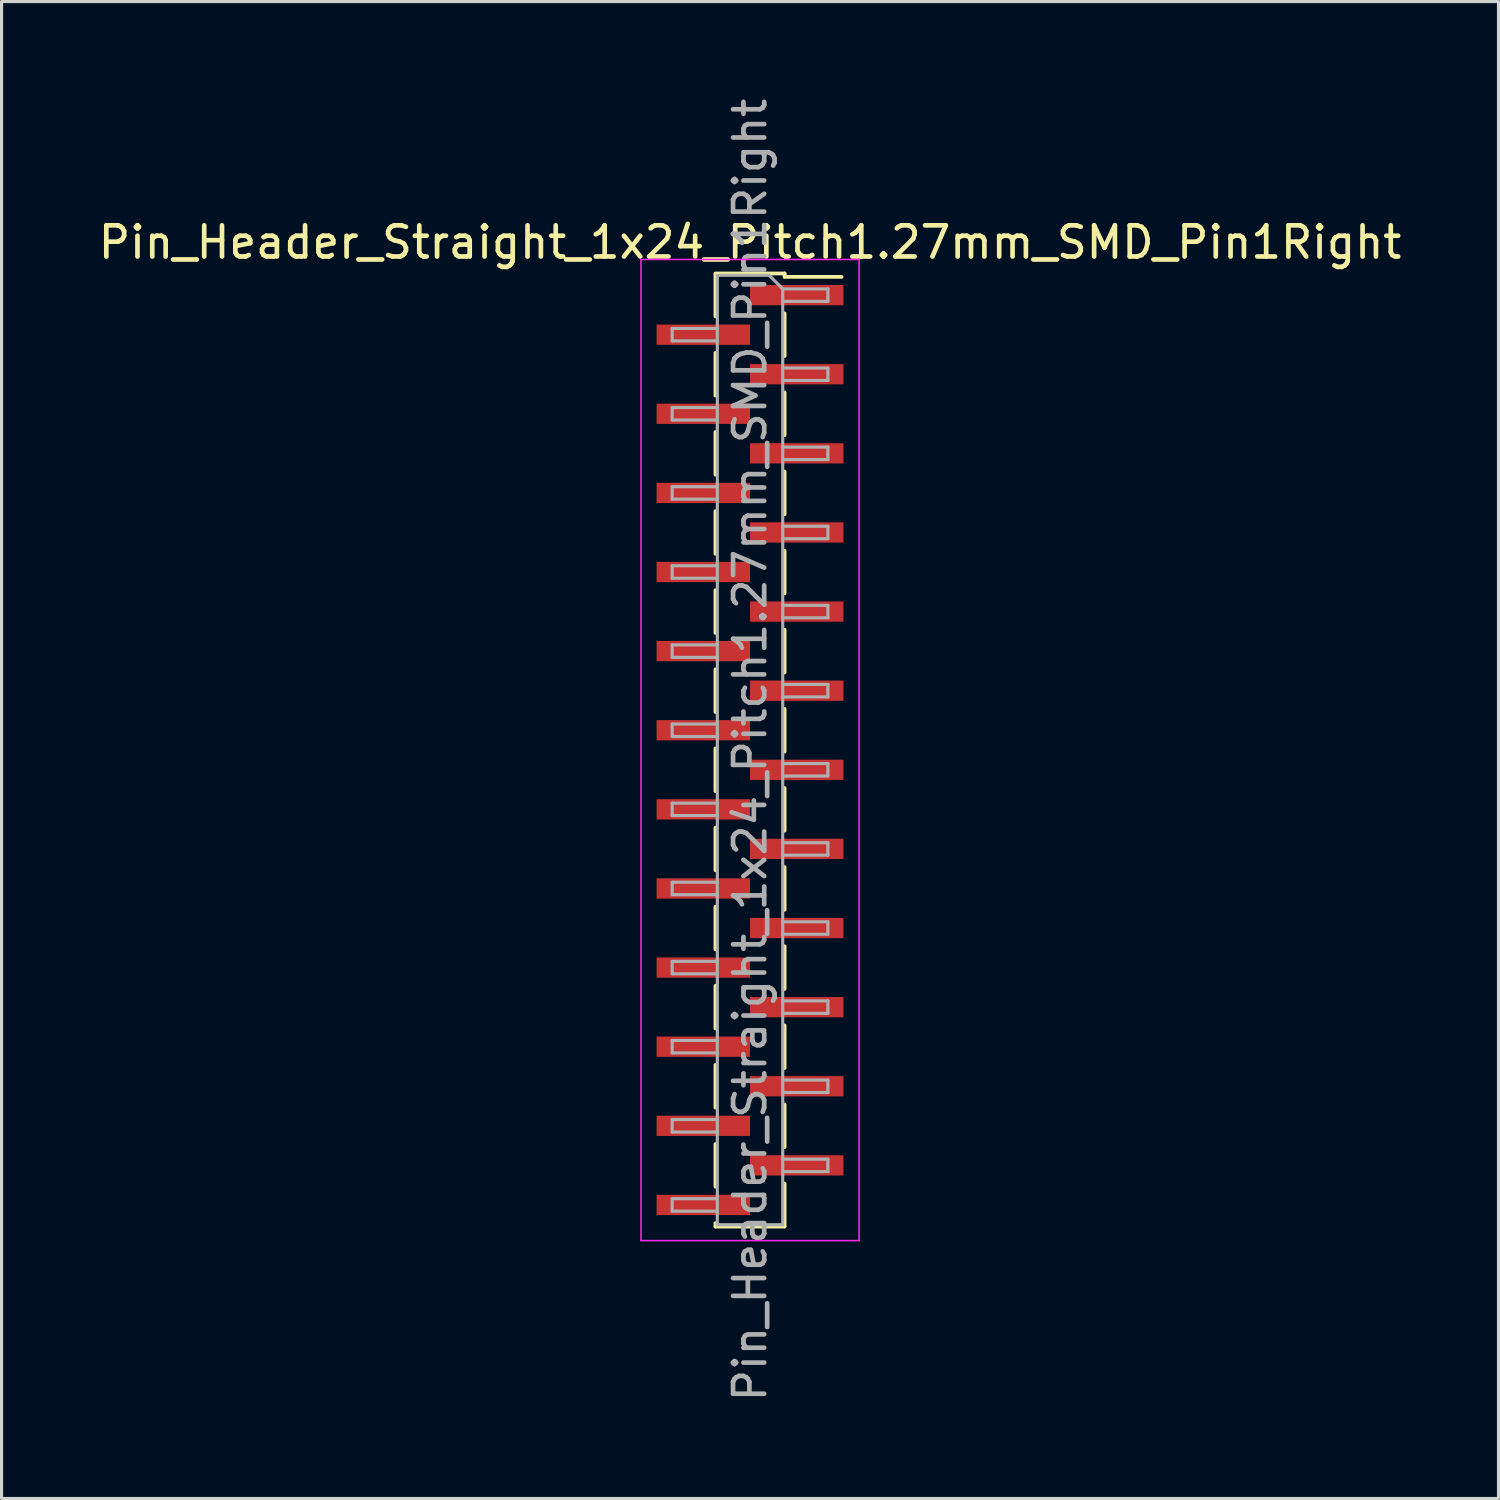
<source format=kicad_pcb>
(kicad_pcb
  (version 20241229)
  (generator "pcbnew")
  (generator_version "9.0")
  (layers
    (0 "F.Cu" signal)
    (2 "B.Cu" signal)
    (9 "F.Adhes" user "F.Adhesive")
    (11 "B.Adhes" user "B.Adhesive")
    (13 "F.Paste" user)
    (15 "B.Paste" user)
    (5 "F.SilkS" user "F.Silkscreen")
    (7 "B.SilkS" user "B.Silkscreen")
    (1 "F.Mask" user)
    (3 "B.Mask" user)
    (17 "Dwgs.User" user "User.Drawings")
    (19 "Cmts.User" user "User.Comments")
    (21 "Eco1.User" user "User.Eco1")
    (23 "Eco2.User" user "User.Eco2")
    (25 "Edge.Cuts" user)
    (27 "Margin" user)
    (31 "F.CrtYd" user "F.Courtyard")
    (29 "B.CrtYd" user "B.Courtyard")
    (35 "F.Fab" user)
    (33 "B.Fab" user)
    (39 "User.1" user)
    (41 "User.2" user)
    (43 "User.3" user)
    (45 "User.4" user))
  (footprint "Pin_Header_Straight_1x24_Pitch1.27mm_SMD_Pin1Right"
    (layer "F.Cu")
    (at 21.03 21.03)
    (property "Reference" "Pin_Header_Straight_1x24_Pitch1.27mm_SMD_Pin1Right" (at 0 -16.3 0) (layer "F.SilkS") (effects (font (size 1 1) (thickness 0.15))))
    (attr smd)
    (fp_line (start -1.11 -15.3) (end 1.11 -15.3) (stroke (width 0.12) (type solid)) (layer "F.SilkS"))
    (fp_line (start -1.11 -15.29) (end -1.11 -13.92) (stroke (width 0.12) (type solid)) (layer "F.SilkS"))
    (fp_line (start -1.11 -12.75) (end -1.11 -11.38) (stroke (width 0.12) (type solid)) (layer "F.SilkS"))
    (fp_line (start -1.11 -10.21) (end -1.11 -8.84) (stroke (width 0.12) (type solid)) (layer "F.SilkS"))
    (fp_line (start -1.11 -7.67) (end -1.11 -6.3) (stroke (width 0.12) (type solid)) (layer "F.SilkS"))
    (fp_line (start -1.11 -5.13) (end -1.11 -3.76) (stroke (width 0.12) (type solid)) (layer "F.SilkS"))
    (fp_line (start -1.11 -2.59) (end -1.11 -1.22) (stroke (width 0.12) (type solid)) (layer "F.SilkS"))
    (fp_line (start -1.11 -0.05) (end -1.11 1.32) (stroke (width 0.12) (type solid)) (layer "F.SilkS"))
    (fp_line (start -1.11 2.49) (end -1.11 3.86) (stroke (width 0.12) (type solid)) (layer "F.SilkS"))
    (fp_line (start -1.11 5.03) (end -1.11 6.4) (stroke (width 0.12) (type solid)) (layer "F.SilkS"))
    (fp_line (start -1.11 7.57) (end -1.11 8.94) (stroke (width 0.12) (type solid)) (layer "F.SilkS"))
    (fp_line (start -1.11 10.11) (end -1.11 11.48) (stroke (width 0.12) (type solid)) (layer "F.SilkS"))
    (fp_line (start -1.11 12.65) (end -1.11 14.02) (stroke (width 0.12) (type solid)) (layer "F.SilkS"))
    (fp_line (start -1.11 15.19) (end -1.11 15.3) (stroke (width 0.12) (type solid)) (layer "F.SilkS"))
    (fp_line (start -1.11 15.3) (end 1.11 15.3) (stroke (width 0.12) (type solid)) (layer "F.SilkS"))
    (fp_line (start 1.11 -15.3) (end 1.11 -15.19) (stroke (width 0.12) (type solid)) (layer "F.SilkS"))
    (fp_line (start 1.11 -15.19) (end 2.94 -15.19) (stroke (width 0.12) (type solid)) (layer "F.SilkS"))
    (fp_line (start 1.11 -14.02) (end 1.11 -12.65) (stroke (width 0.12) (type solid)) (layer "F.SilkS"))
    (fp_line (start 1.11 -11.48) (end 1.11 -10.11) (stroke (width 0.12) (type solid)) (layer "F.SilkS"))
    (fp_line (start 1.11 -8.94) (end 1.11 -7.57) (stroke (width 0.12) (type solid)) (layer "F.SilkS"))
    (fp_line (start 1.11 -6.4) (end 1.11 -5.03) (stroke (width 0.12) (type solid)) (layer "F.SilkS"))
    (fp_line (start 1.11 -3.86) (end 1.11 -2.49) (stroke (width 0.12) (type solid)) (layer "F.SilkS"))
    (fp_line (start 1.11 -1.32) (end 1.11 0.05) (stroke (width 0.12) (type solid)) (layer "F.SilkS"))
    (fp_line (start 1.11 1.22) (end 1.11 2.59) (stroke (width 0.12) (type solid)) (layer "F.SilkS"))
    (fp_line (start 1.11 3.76) (end 1.11 5.13) (stroke (width 0.12) (type solid)) (layer "F.SilkS"))
    (fp_line (start 1.11 6.3) (end 1.11 7.67) (stroke (width 0.12) (type solid)) (layer "F.SilkS"))
    (fp_line (start 1.11 8.84) (end 1.11 10.21) (stroke (width 0.12) (type solid)) (layer "F.SilkS"))
    (fp_line (start 1.11 11.38) (end 1.11 12.75) (stroke (width 0.12) (type solid)) (layer "F.SilkS"))
    (fp_line (start 1.11 13.92) (end 1.11 15.29) (stroke (width 0.12) (type solid)) (layer "F.SilkS"))
    (fp_line (start -3.5 -15.75) (end -3.5 15.75) (stroke (width 0.05) (type solid)) (layer "F.CrtYd"))
    (fp_line (start -3.5 15.75) (end 3.5 15.75) (stroke (width 0.05) (type solid)) (layer "F.CrtYd"))
    (fp_line (start 3.5 -15.75) (end -3.5 -15.75) (stroke (width 0.05) (type solid)) (layer "F.CrtYd"))
    (fp_line (start 3.5 15.75) (end 3.5 -15.75) (stroke (width 0.05) (type solid)) (layer "F.CrtYd"))
    (fp_line (start -2.5 -13.535) (end -2.5 -13.135) (stroke (width 0.1) (type solid)) (layer "F.Fab"))
    (fp_line (start -2.5 -13.135) (end -1.05 -13.135) (stroke (width 0.1) (type solid)) (layer "F.Fab"))
    (fp_line (start -2.5 -10.995) (end -2.5 -10.595) (stroke (width 0.1) (type solid)) (layer "F.Fab"))
    (fp_line (start -2.5 -10.595) (end -1.05 -10.595) (stroke (width 0.1) (type solid)) (layer "F.Fab"))
    (fp_line (start -2.5 -8.455) (end -2.5 -8.055) (stroke (width 0.1) (type solid)) (layer "F.Fab"))
    (fp_line (start -2.5 -8.055) (end -1.05 -8.055) (stroke (width 0.1) (type solid)) (layer "F.Fab"))
    (fp_line (start -2.5 -5.915) (end -2.5 -5.515) (stroke (width 0.1) (type solid)) (layer "F.Fab"))
    (fp_line (start -2.5 -5.515) (end -1.05 -5.515) (stroke (width 0.1) (type solid)) (layer "F.Fab"))
    (fp_line (start -2.5 -3.375) (end -2.5 -2.975) (stroke (width 0.1) (type solid)) (layer "F.Fab"))
    (fp_line (start -2.5 -2.975) (end -1.05 -2.975) (stroke (width 0.1) (type solid)) (layer "F.Fab"))
    (fp_line (start -2.5 -0.835) (end -2.5 -0.435) (stroke (width 0.1) (type solid)) (layer "F.Fab"))
    (fp_line (start -2.5 -0.435) (end -1.05 -0.435) (stroke (width 0.1) (type solid)) (layer "F.Fab"))
    (fp_line (start -2.5 1.705) (end -2.5 2.105) (stroke (width 0.1) (type solid)) (layer "F.Fab"))
    (fp_line (start -2.5 2.105) (end -1.05 2.105) (stroke (width 0.1) (type solid)) (layer "F.Fab"))
    (fp_line (start -2.5 4.245) (end -2.5 4.645) (stroke (width 0.1) (type solid)) (layer "F.Fab"))
    (fp_line (start -2.5 4.645) (end -1.05 4.645) (stroke (width 0.1) (type solid)) (layer "F.Fab"))
    (fp_line (start -2.5 6.785) (end -2.5 7.185) (stroke (width 0.1) (type solid)) (layer "F.Fab"))
    (fp_line (start -2.5 7.185) (end -1.05 7.185) (stroke (width 0.1) (type solid)) (layer "F.Fab"))
    (fp_line (start -2.5 9.325) (end -2.5 9.725) (stroke (width 0.1) (type solid)) (layer "F.Fab"))
    (fp_line (start -2.5 9.725) (end -1.05 9.725) (stroke (width 0.1) (type solid)) (layer "F.Fab"))
    (fp_line (start -2.5 11.865) (end -2.5 12.265) (stroke (width 0.1) (type solid)) (layer "F.Fab"))
    (fp_line (start -2.5 12.265) (end -1.05 12.265) (stroke (width 0.1) (type solid)) (layer "F.Fab"))
    (fp_line (start -2.5 14.405) (end -2.5 14.805) (stroke (width 0.1) (type solid)) (layer "F.Fab"))
    (fp_line (start -2.5 14.805) (end -1.05 14.805) (stroke (width 0.1) (type solid)) (layer "F.Fab"))
    (fp_line (start -1.05 -15.24) (end -1.05 15.24) (stroke (width 0.1) (type solid)) (layer "F.Fab"))
    (fp_line (start -1.05 -15.24) (end 0.615 -15.24) (stroke (width 0.1) (type solid)) (layer "F.Fab"))
    (fp_line (start -1.05 -13.535) (end -2.5 -13.535) (stroke (width 0.1) (type solid)) (layer "F.Fab"))
    (fp_line (start -1.05 -10.995) (end -2.5 -10.995) (stroke (width 0.1) (type solid)) (layer "F.Fab"))
    (fp_line (start -1.05 -8.455) (end -2.5 -8.455) (stroke (width 0.1) (type solid)) (layer "F.Fab"))
    (fp_line (start -1.05 -5.915) (end -2.5 -5.915) (stroke (width 0.1) (type solid)) (layer "F.Fab"))
    (fp_line (start -1.05 -3.375) (end -2.5 -3.375) (stroke (width 0.1) (type solid)) (layer "F.Fab"))
    (fp_line (start -1.05 -0.835) (end -2.5 -0.835) (stroke (width 0.1) (type solid)) (layer "F.Fab"))
    (fp_line (start -1.05 1.705) (end -2.5 1.705) (stroke (width 0.1) (type solid)) (layer "F.Fab"))
    (fp_line (start -1.05 4.245) (end -2.5 4.245) (stroke (width 0.1) (type solid)) (layer "F.Fab"))
    (fp_line (start -1.05 6.785) (end -2.5 6.785) (stroke (width 0.1) (type solid)) (layer "F.Fab"))
    (fp_line (start -1.05 9.325) (end -2.5 9.325) (stroke (width 0.1) (type solid)) (layer "F.Fab"))
    (fp_line (start -1.05 11.865) (end -2.5 11.865) (stroke (width 0.1) (type solid)) (layer "F.Fab"))
    (fp_line (start -1.05 14.405) (end -2.5 14.405) (stroke (width 0.1) (type solid)) (layer "F.Fab"))
    (fp_line (start 1.05 -14.805) (end 0.615 -15.24) (stroke (width 0.1) (type solid)) (layer "F.Fab"))
    (fp_line (start 1.05 -14.805) (end 2.5 -14.805) (stroke (width 0.1) (type solid)) (layer "F.Fab"))
    (fp_line (start 1.05 -12.265) (end 2.5 -12.265) (stroke (width 0.1) (type solid)) (layer "F.Fab"))
    (fp_line (start 1.05 -9.725) (end 2.5 -9.725) (stroke (width 0.1) (type solid)) (layer "F.Fab"))
    (fp_line (start 1.05 -7.185) (end 2.5 -7.185) (stroke (width 0.1) (type solid)) (layer "F.Fab"))
    (fp_line (start 1.05 -4.645) (end 2.5 -4.645) (stroke (width 0.1) (type solid)) (layer "F.Fab"))
    (fp_line (start 1.05 -2.105) (end 2.5 -2.105) (stroke (width 0.1) (type solid)) (layer "F.Fab"))
    (fp_line (start 1.05 0.435) (end 2.5 0.435) (stroke (width 0.1) (type solid)) (layer "F.Fab"))
    (fp_line (start 1.05 2.975) (end 2.5 2.975) (stroke (width 0.1) (type solid)) (layer "F.Fab"))
    (fp_line (start 1.05 5.515) (end 2.5 5.515) (stroke (width 0.1) (type solid)) (layer "F.Fab"))
    (fp_line (start 1.05 8.055) (end 2.5 8.055) (stroke (width 0.1) (type solid)) (layer "F.Fab"))
    (fp_line (start 1.05 10.595) (end 2.5 10.595) (stroke (width 0.1) (type solid)) (layer "F.Fab"))
    (fp_line (start 1.05 13.135) (end 2.5 13.135) (stroke (width 0.1) (type solid)) (layer "F.Fab"))
    (fp_line (start 1.05 15.24) (end -1.05 15.24) (stroke (width 0.1) (type solid)) (layer "F.Fab"))
    (fp_line (start 1.05 15.24) (end 1.05 -14.805) (stroke (width 0.1) (type solid)) (layer "F.Fab"))
    (fp_line (start 2.5 -14.805) (end 2.5 -14.405) (stroke (width 0.1) (type solid)) (layer "F.Fab"))
    (fp_line (start 2.5 -14.405) (end 1.05 -14.405) (stroke (width 0.1) (type solid)) (layer "F.Fab"))
    (fp_line (start 2.5 -12.265) (end 2.5 -11.865) (stroke (width 0.1) (type solid)) (layer "F.Fab"))
    (fp_line (start 2.5 -11.865) (end 1.05 -11.865) (stroke (width 0.1) (type solid)) (layer "F.Fab"))
    (fp_line (start 2.5 -9.725) (end 2.5 -9.325) (stroke (width 0.1) (type solid)) (layer "F.Fab"))
    (fp_line (start 2.5 -9.325) (end 1.05 -9.325) (stroke (width 0.1) (type solid)) (layer "F.Fab"))
    (fp_line (start 2.5 -7.185) (end 2.5 -6.785) (stroke (width 0.1) (type solid)) (layer "F.Fab"))
    (fp_line (start 2.5 -6.785) (end 1.05 -6.785) (stroke (width 0.1) (type solid)) (layer "F.Fab"))
    (fp_line (start 2.5 -4.645) (end 2.5 -4.245) (stroke (width 0.1) (type solid)) (layer "F.Fab"))
    (fp_line (start 2.5 -4.245) (end 1.05 -4.245) (stroke (width 0.1) (type solid)) (layer "F.Fab"))
    (fp_line (start 2.5 -2.105) (end 2.5 -1.705) (stroke (width 0.1) (type solid)) (layer "F.Fab"))
    (fp_line (start 2.5 -1.705) (end 1.05 -1.705) (stroke (width 0.1) (type solid)) (layer "F.Fab"))
    (fp_line (start 2.5 0.435) (end 2.5 0.835) (stroke (width 0.1) (type solid)) (layer "F.Fab"))
    (fp_line (start 2.5 0.835) (end 1.05 0.835) (stroke (width 0.1) (type solid)) (layer "F.Fab"))
    (fp_line (start 2.5 2.975) (end 2.5 3.375) (stroke (width 0.1) (type solid)) (layer "F.Fab"))
    (fp_line (start 2.5 3.375) (end 1.05 3.375) (stroke (width 0.1) (type solid)) (layer "F.Fab"))
    (fp_line (start 2.5 5.515) (end 2.5 5.915) (stroke (width 0.1) (type solid)) (layer "F.Fab"))
    (fp_line (start 2.5 5.915) (end 1.05 5.915) (stroke (width 0.1) (type solid)) (layer "F.Fab"))
    (fp_line (start 2.5 8.055) (end 2.5 8.455) (stroke (width 0.1) (type solid)) (layer "F.Fab"))
    (fp_line (start 2.5 8.455) (end 1.05 8.455) (stroke (width 0.1) (type solid)) (layer "F.Fab"))
    (fp_line (start 2.5 10.595) (end 2.5 10.995) (stroke (width 0.1) (type solid)) (layer "F.Fab"))
    (fp_line (start 2.5 10.995) (end 1.05 10.995) (stroke (width 0.1) (type solid)) (layer "F.Fab"))
    (fp_line (start 2.5 13.135) (end 2.5 13.535) (stroke (width 0.1) (type solid)) (layer "F.Fab"))
    (fp_line (start 2.5 13.535) (end 1.05 13.535) (stroke (width 0.1) (type solid)) (layer "F.Fab"))
    (fp_text user "${REFERENCE}" (at 0 0 90) (layer "F.Fab") (effects (font (size 1 1) (thickness 0.15))))
    (pad "1" smd rect (at 1.5 -14.605) (size 3 0.65) (layers "F.Cu" "F.Mask" "F.Paste"))
    (pad "2" smd rect (at -1.5 -13.335) (size 3 0.65) (layers "F.Cu" "F.Mask" "F.Paste"))
    (pad "3" smd rect (at 1.5 -12.065) (size 3 0.65) (layers "F.Cu" "F.Mask" "F.Paste"))
    (pad "4" smd rect (at -1.5 -10.795) (size 3 0.65) (layers "F.Cu" "F.Mask" "F.Paste"))
    (pad "5" smd rect (at 1.5 -9.525) (size 3 0.65) (layers "F.Cu" "F.Mask" "F.Paste"))
    (pad "6" smd rect (at -1.5 -8.255) (size 3 0.65) (layers "F.Cu" "F.Mask" "F.Paste"))
    (pad "7" smd rect (at 1.5 -6.985) (size 3 0.65) (layers "F.Cu" "F.Mask" "F.Paste"))
    (pad "8" smd rect (at -1.5 -5.715) (size 3 0.65) (layers "F.Cu" "F.Mask" "F.Paste"))
    (pad "9" smd rect (at 1.5 -4.445) (size 3 0.65) (layers "F.Cu" "F.Mask" "F.Paste"))
    (pad "10" smd rect (at -1.5 -3.175) (size 3 0.65) (layers "F.Cu" "F.Mask" "F.Paste"))
    (pad "11" smd rect (at 1.5 -1.905) (size 3 0.65) (layers "F.Cu" "F.Mask" "F.Paste"))
    (pad "12" smd rect (at -1.5 -0.635) (size 3 0.65) (layers "F.Cu" "F.Mask" "F.Paste"))
    (pad "13" smd rect (at 1.5 0.635) (size 3 0.65) (layers "F.Cu" "F.Mask" "F.Paste"))
    (pad "14" smd rect (at -1.5 1.905) (size 3 0.65) (layers "F.Cu" "F.Mask" "F.Paste"))
    (pad "15" smd rect (at 1.5 3.175) (size 3 0.65) (layers "F.Cu" "F.Mask" "F.Paste"))
    (pad "16" smd rect (at -1.5 4.445) (size 3 0.65) (layers "F.Cu" "F.Mask" "F.Paste"))
    (pad "17" smd rect (at 1.5 5.715) (size 3 0.65) (layers "F.Cu" "F.Mask" "F.Paste"))
    (pad "18" smd rect (at -1.5 6.985) (size 3 0.65) (layers "F.Cu" "F.Mask" "F.Paste"))
    (pad "19" smd rect (at 1.5 8.255) (size 3 0.65) (layers "F.Cu" "F.Mask" "F.Paste"))
    (pad "20" smd rect (at -1.5 9.525) (size 3 0.65) (layers "F.Cu" "F.Mask" "F.Paste"))
    (pad "21" smd rect (at 1.5 10.795) (size 3 0.65) (layers "F.Cu" "F.Mask" "F.Paste"))
    (pad "22" smd rect (at -1.5 12.065) (size 3 0.65) (layers "F.Cu" "F.Mask" "F.Paste"))
    (pad "23" smd rect (at 1.5 13.335) (size 3 0.65) (layers "F.Cu" "F.Mask" "F.Paste"))
    (pad "24" smd rect (at -1.5 14.605) (size 3 0.65) (layers "F.Cu" "F.Mask" "F.Paste")))
  (gr_rect
    (start -3 -3)
    (end 45.06 45.06)
    (stroke (width 0.1) (type default))
    (fill no)
    (layer "Edge.Cuts")))
</source>
